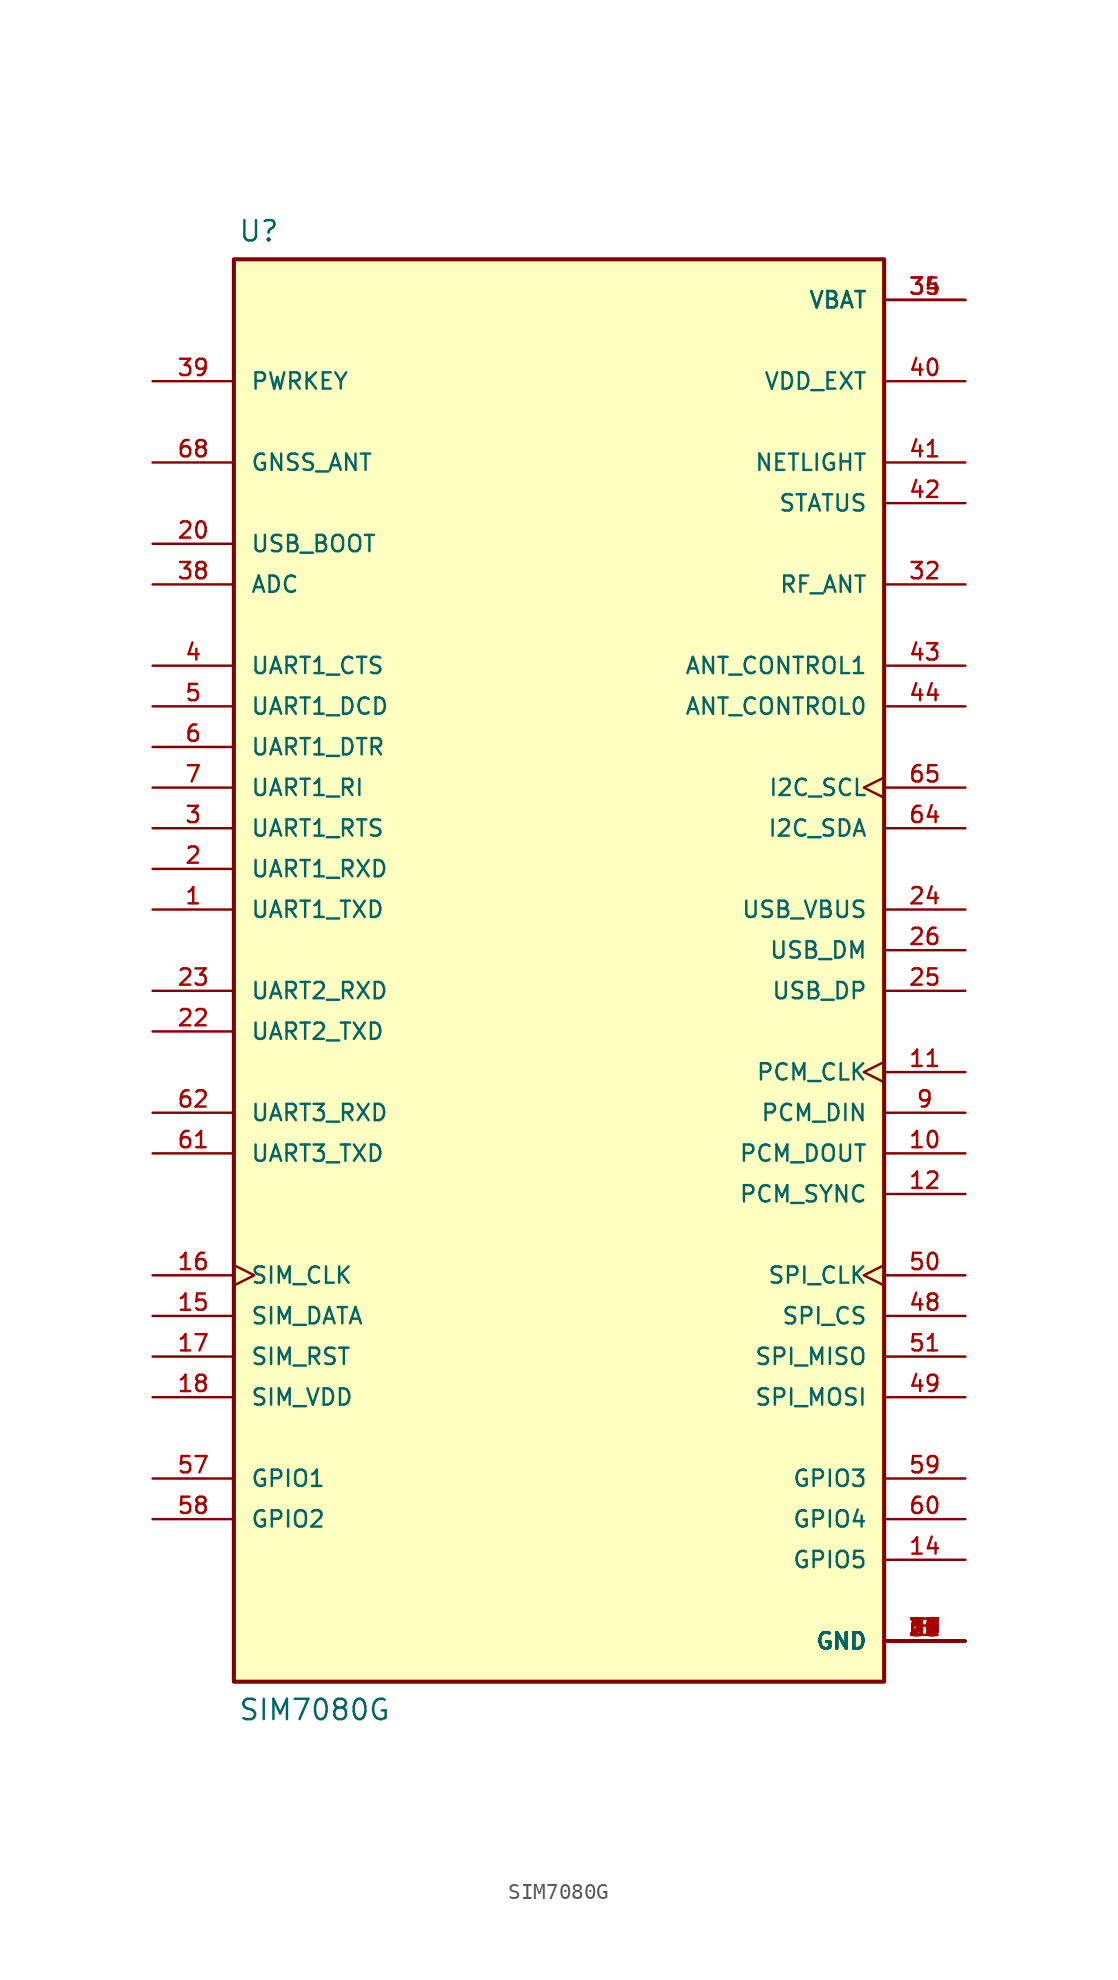
<source format=kicad_sym>
(kicad_symbol_lib
  (version 20211014)
  (generator kicad_symbol_editor)
  (symbol "SIM7080G"
    (pin_names
      (offset 1.016))
    (property "Reference" "U"
      (at -20.066 44.196 0)
      (effects (font (size 1.27 1.27)) (justify bottom left)))
    (property "Value" "SIM7080G"
      (at -20.066 -46.736 0)
      (effects (font (size 1.27 1.27)) (justify top left)))
    (symbol "SIM7080G_0_0"
      (rectangle (start -20.32 -45.72) (end 20.32 43.18) (stroke (width 0.254)) (fill (type background)))
      (pin input line (at -25.4 35.56 0) (length 5.08) (name "PWRKEY" (effects (font (size 1.016 1.016)))) (number "39" (effects (font (size 1.016 1.016)))))
      (pin output line (at -25.4 17.78 0) (length 5.08) (name "UART1_CTS" (effects (font (size 1.016 1.016)))) (number "4" (effects (font (size 1.016 1.016)))))
      (pin output line (at -25.4 15.24 0) (length 5.08) (name "UART1_DCD" (effects (font (size 1.016 1.016)))) (number "5" (effects (font (size 1.016 1.016)))))
      (pin input line (at -25.4 12.7 0) (length 5.08) (name "UART1_DTR" (effects (font (size 1.016 1.016)))) (number "6" (effects (font (size 1.016 1.016)))))
      (pin output line (at -25.4 10.16 0) (length 5.08) (name "UART1_RI" (effects (font (size 1.016 1.016)))) (number "7" (effects (font (size 1.016 1.016)))))
      (pin input line (at -25.4 7.62 0) (length 5.08) (name "UART1_RTS" (effects (font (size 1.016 1.016)))) (number "3" (effects (font (size 1.016 1.016)))))
      (pin input line (at -25.4 5.08 0) (length 5.08) (name "UART1_RXD" (effects (font (size 1.016 1.016)))) (number "2" (effects (font (size 1.016 1.016)))))
      (pin output line (at -25.4 2.54 0) (length 5.08) (name "UART1_TXD" (effects (font (size 1.016 1.016)))) (number "1" (effects (font (size 1.016 1.016)))))
      (pin input line (at -25.4 -2.54 0) (length 5.08) (name "UART2_RXD" (effects (font (size 1.016 1.016)))) (number "23" (effects (font (size 1.016 1.016)))))
      (pin output line (at -25.4 -5.08 0) (length 5.08) (name "UART2_TXD" (effects (font (size 1.016 1.016)))) (number "22" (effects (font (size 1.016 1.016)))))
      (pin input line (at -25.4 -10.16 0) (length 5.08) (name "UART3_RXD" (effects (font (size 1.016 1.016)))) (number "62" (effects (font (size 1.016 1.016)))))
      (pin output line (at -25.4 -12.7 0) (length 5.08) (name "UART3_TXD" (effects (font (size 1.016 1.016)))) (number "61" (effects (font (size 1.016 1.016)))))
      (pin bidirectional line (at 25.4 22.86 180.0) (length 5.08) (name "RF_ANT" (effects (font (size 1.016 1.016)))) (number "32" (effects (font (size 1.016 1.016)))))
      (pin output line (at 25.4 15.24 180.0) (length 5.08) (name "ANT_CONTROL0" (effects (font (size 1.016 1.016)))) (number "44" (effects (font (size 1.016 1.016)))))
      (pin bidirectional line (at 25.4 17.78 180.0) (length 5.08) (name "ANT_CONTROL1" (effects (font (size 1.016 1.016)))) (number "43" (effects (font (size 1.016 1.016)))))
      (pin output clock (at -25.4 -20.32 0) (length 5.08) (name "SIM_CLK" (effects (font (size 1.016 1.016)))) (number "16" (effects (font (size 1.016 1.016)))))
      (pin bidirectional line (at -25.4 -22.86 0) (length 5.08) (name "SIM_DATA" (effects (font (size 1.016 1.016)))) (number "15" (effects (font (size 1.016 1.016)))))
      (pin output line (at -25.4 -25.4 0) (length 5.08) (name "SIM_RST" (effects (font (size 1.016 1.016)))) (number "17" (effects (font (size 1.016 1.016)))))
      (pin output line (at -25.4 -27.94 0) (length 5.08) (name "SIM_VDD" (effects (font (size 1.016 1.016)))) (number "18" (effects (font (size 1.016 1.016)))))
      (pin output line (at 25.4 -27.94 180.0) (length 5.08) (name "SPI_MOSI" (effects (font (size 1.016 1.016)))) (number "49" (effects (font (size 1.016 1.016)))))
      (pin input line (at -25.4 22.86 0) (length 5.08) (name "ADC" (effects (font (size 1.016 1.016)))) (number "38" (effects (font (size 1.016 1.016)))))
      (pin bidirectional line (at -25.4 -33.02 0) (length 5.08) (name "GPIO1" (effects (font (size 1.016 1.016)))) (number "57" (effects (font (size 1.016 1.016)))))
      (pin bidirectional line (at -25.4 -35.56 0) (length 5.08) (name "GPIO2" (effects (font (size 1.016 1.016)))) (number "58" (effects (font (size 1.016 1.016)))))
      (pin bidirectional line (at 25.4 -33.02 180.0) (length 5.08) (name "GPIO3" (effects (font (size 1.016 1.016)))) (number "59" (effects (font (size 1.016 1.016)))))
      (pin bidirectional line (at 25.4 -35.56 180.0) (length 5.08) (name "GPIO4" (effects (font (size 1.016 1.016)))) (number "60" (effects (font (size 1.016 1.016)))))
      (pin bidirectional line (at 25.4 -38.1 180.0) (length 5.08) (name "GPIO5" (effects (font (size 1.016 1.016)))) (number "14" (effects (font (size 1.016 1.016)))))
      (pin output clock (at 25.4 10.16 180.0) (length 5.08) (name "I2C_SCL" (effects (font (size 1.016 1.016)))) (number "65" (effects (font (size 1.016 1.016)))))
      (pin bidirectional line (at 25.4 7.62 180.0) (length 5.08) (name "I2C_SDA" (effects (font (size 1.016 1.016)))) (number "64" (effects (font (size 1.016 1.016)))))
      (pin output clock (at 25.4 -7.62 180.0) (length 5.08) (name "PCM_CLK" (effects (font (size 1.016 1.016)))) (number "11" (effects (font (size 1.016 1.016)))))
      (pin input line (at 25.4 -10.16 180.0) (length 5.08) (name "PCM_DIN" (effects (font (size 1.016 1.016)))) (number "9" (effects (font (size 1.016 1.016)))))
      (pin output line (at 25.4 -12.7 180.0) (length 5.08) (name "PCM_DOUT" (effects (font (size 1.016 1.016)))) (number "10" (effects (font (size 1.016 1.016)))))
      (pin output line (at 25.4 -15.24 180.0) (length 5.08) (name "PCM_SYNC" (effects (font (size 1.016 1.016)))) (number "12" (effects (font (size 1.016 1.016)))))
      (pin output clock (at 25.4 -20.32 180.0) (length 5.08) (name "SPI_CLK" (effects (font (size 1.016 1.016)))) (number "50" (effects (font (size 1.016 1.016)))))
      (pin output line (at 25.4 -22.86 180.0) (length 5.08) (name "SPI_CS" (effects (font (size 1.016 1.016)))) (number "48" (effects (font (size 1.016 1.016)))))
      (pin input line (at 25.4 -25.4 180.0) (length 5.08) (name "SPI_MISO" (effects (font (size 1.016 1.016)))) (number "51" (effects (font (size 1.016 1.016)))))
      (pin input line (at -25.4 25.4 0) (length 5.08) (name "USB_BOOT" (effects (font (size 1.016 1.016)))) (number "20" (effects (font (size 1.016 1.016)))))
      (pin power_in line (at 25.4 -43.18 180.0) (length 5.08) (name "GND" (effects (font (size 1.016 1.016)))) (number "8" (effects (font (size 1.016 1.016)))))
      (pin power_in line (at 25.4 -43.18 180.0) (length 5.08) (name "GND" (effects (font (size 1.016 1.016)))) (number "13" (effects (font (size 1.016 1.016)))))
      (pin power_in line (at 25.4 -43.18 180.0) (length 5.08) (name "GND" (effects (font (size 1.016 1.016)))) (number "19" (effects (font (size 1.016 1.016)))))
      (pin power_in line (at 25.4 -43.18 180.0) (length 5.08) (name "GND" (effects (font (size 1.016 1.016)))) (number "21" (effects (font (size 1.016 1.016)))))
      (pin power_in line (at 25.4 -43.18 180.0) (length 5.08) (name "GND" (effects (font (size 1.016 1.016)))) (number "27" (effects (font (size 1.016 1.016)))))
      (pin power_in line (at 25.4 -43.18 180.0) (length 5.08) (name "GND" (effects (font (size 1.016 1.016)))) (number "30" (effects (font (size 1.016 1.016)))))
      (pin power_in line (at 25.4 -43.18 180.0) (length 5.08) (name "GND" (effects (font (size 1.016 1.016)))) (number "31" (effects (font (size 1.016 1.016)))))
      (pin power_in line (at 25.4 -43.18 180.0) (length 5.08) (name "GND" (effects (font (size 1.016 1.016)))) (number "33" (effects (font (size 1.016 1.016)))))
      (pin power_in line (at 25.4 -43.18 180.0) (length 5.08) (name "GND" (effects (font (size 1.016 1.016)))) (number "36" (effects (font (size 1.016 1.016)))))
      (pin power_in line (at 25.4 -43.18 180.0) (length 5.08) (name "GND" (effects (font (size 1.016 1.016)))) (number "37" (effects (font (size 1.016 1.016)))))
      (pin power_in line (at 25.4 -43.18 180.0) (length 5.08) (name "GND" (effects (font (size 1.016 1.016)))) (number "45" (effects (font (size 1.016 1.016)))))
      (pin power_in line (at 25.4 -43.18 180.0) (length 5.08) (name "GND" (effects (font (size 1.016 1.016)))) (number "63" (effects (font (size 1.016 1.016)))))
      (pin power_in line (at 25.4 -43.18 180.0) (length 5.08) (name "GND" (effects (font (size 1.016 1.016)))) (number "66" (effects (font (size 1.016 1.016)))))
      (pin power_in line (at 25.4 -43.18 180.0) (length 5.08) (name "GND" (effects (font (size 1.016 1.016)))) (number "67" (effects (font (size 1.016 1.016)))))
      (pin power_in line (at 25.4 -43.18 180.0) (length 5.08) (name "GND" (effects (font (size 1.016 1.016)))) (number "69" (effects (font (size 1.016 1.016)))))
      (pin power_in line (at 25.4 -43.18 180.0) (length 5.08) (name "GND" (effects (font (size 1.016 1.016)))) (number "70" (effects (font (size 1.016 1.016)))))
      (pin power_in line (at 25.4 -43.18 180.0) (length 5.08) (name "GND" (effects (font (size 1.016 1.016)))) (number "71" (effects (font (size 1.016 1.016)))))
      (pin power_in line (at 25.4 -43.18 180.0) (length 5.08) (name "GND" (effects (font (size 1.016 1.016)))) (number "72" (effects (font (size 1.016 1.016)))))
      (pin power_in line (at 25.4 -43.18 180.0) (length 5.08) (name "GND" (effects (font (size 1.016 1.016)))) (number "73" (effects (font (size 1.016 1.016)))))
      (pin power_in line (at 25.4 -43.18 180.0) (length 5.08) (name "GND" (effects (font (size 1.016 1.016)))) (number "74" (effects (font (size 1.016 1.016)))))
      (pin power_in line (at 25.4 -43.18 180.0) (length 5.08) (name "GND" (effects (font (size 1.016 1.016)))) (number "75" (effects (font (size 1.016 1.016)))))
      (pin power_in line (at 25.4 -43.18 180.0) (length 5.08) (name "GND" (effects (font (size 1.016 1.016)))) (number "76" (effects (font (size 1.016 1.016)))))
      (pin power_in line (at 25.4 -43.18 180.0) (length 5.08) (name "GND" (effects (font (size 1.016 1.016)))) (number "77" (effects (font (size 1.016 1.016)))))
      (pin input line (at -25.4 30.48 0) (length 5.08) (name "GNSS_ANT" (effects (font (size 1.016 1.016)))) (number "68" (effects (font (size 1.016 1.016)))))
      (pin output line (at 25.4 30.48 180.0) (length 5.08) (name "NETLIGHT" (effects (font (size 1.016 1.016)))) (number "41" (effects (font (size 1.016 1.016)))))
      (pin output line (at 25.4 27.94 180.0) (length 5.08) (name "STATUS" (effects (font (size 1.016 1.016)))) (number "42" (effects (font (size 1.016 1.016)))))
      (pin bidirectional line (at 25.4 0.0 180.0) (length 5.08) (name "USB_DM" (effects (font (size 1.016 1.016)))) (number "26" (effects (font (size 1.016 1.016)))))
      (pin bidirectional line (at 25.4 -2.54 180.0) (length 5.08) (name "USB_DP" (effects (font (size 1.016 1.016)))) (number "25" (effects (font (size 1.016 1.016)))))
      (pin input line (at 25.4 2.54 180.0) (length 5.08) (name "USB_VBUS" (effects (font (size 1.016 1.016)))) (number "24" (effects (font (size 1.016 1.016)))))
      (pin power_in line (at 25.4 40.64 180.0) (length 5.08) (name "VBAT" (effects (font (size 1.016 1.016)))) (number "34" (effects (font (size 1.016 1.016)))))
      (pin power_in line (at 25.4 40.64 180.0) (length 5.08) (name "VBAT" (effects (font (size 1.016 1.016)))) (number "35" (effects (font (size 1.016 1.016)))))
      (pin output line (at 25.4 35.56 180.0) (length 5.08) (name "VDD_EXT" (effects (font (size 1.016 1.016)))) (number "40" (effects (font (size 1.016 1.016))))))))
</source>
